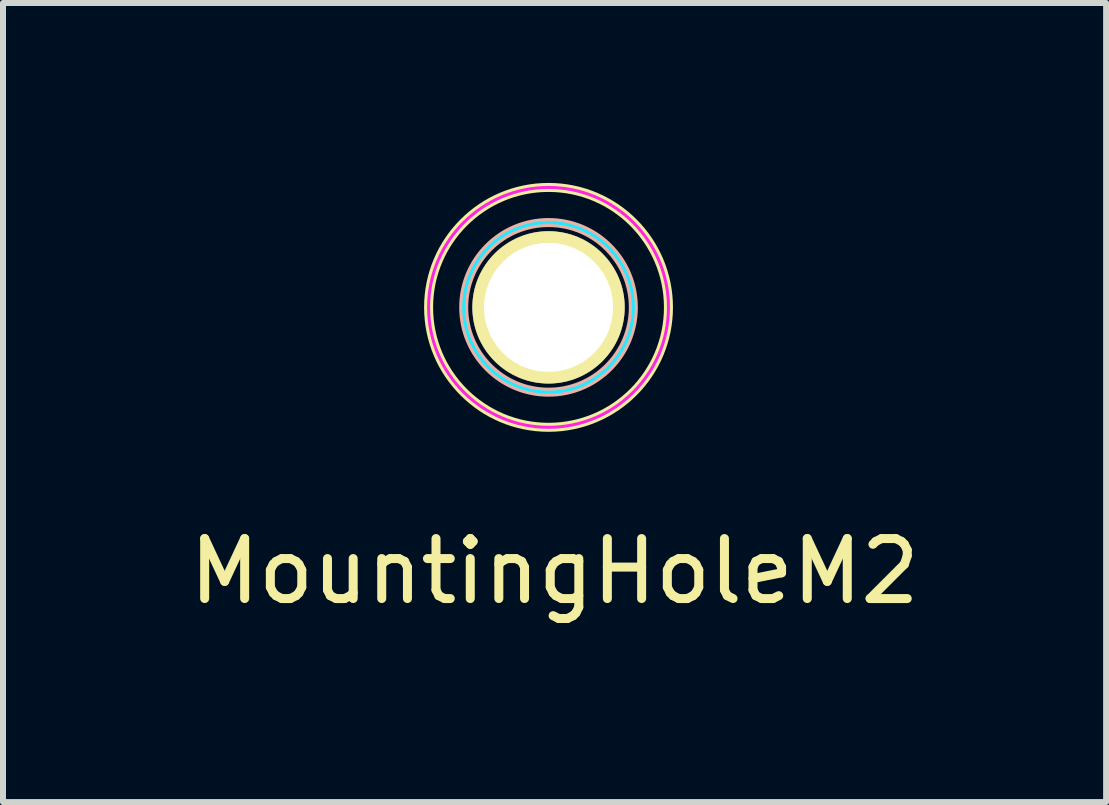
<source format=kicad_pcb>
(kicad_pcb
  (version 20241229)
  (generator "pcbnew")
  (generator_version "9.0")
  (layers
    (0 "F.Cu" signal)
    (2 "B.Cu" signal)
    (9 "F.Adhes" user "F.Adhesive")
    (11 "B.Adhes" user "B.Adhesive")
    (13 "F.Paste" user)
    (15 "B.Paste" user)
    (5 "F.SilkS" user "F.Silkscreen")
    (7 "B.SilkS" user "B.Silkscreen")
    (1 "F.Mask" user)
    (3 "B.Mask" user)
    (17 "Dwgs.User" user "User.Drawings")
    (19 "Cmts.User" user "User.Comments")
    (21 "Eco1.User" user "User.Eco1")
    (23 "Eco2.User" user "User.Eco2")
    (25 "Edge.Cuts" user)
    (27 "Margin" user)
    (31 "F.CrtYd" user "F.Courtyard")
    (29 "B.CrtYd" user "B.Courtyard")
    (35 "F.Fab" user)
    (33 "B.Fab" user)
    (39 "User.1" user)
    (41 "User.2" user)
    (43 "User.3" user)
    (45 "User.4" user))
  (footprint "MountingHoleM2"
    (layer "F.Cu")
    (at 6.096 2.075)
    (property "Reference" "MountingHoleM2" (at 0.1 4.4 0) (layer "F.SilkS") (effects (font (size 1 1) (thickness 0.15))))
    (attr through_hole)
    (fp_circle (center 0 0) (end -1.414 -1.414) (stroke (width 0.15) (type solid)) (fill no) (layer "F.SilkS"))
    (fp_circle (center 0 0) (end -1 -1) (stroke (width 0.15) (type solid)) (fill no) (layer "B.SilkS"))
    (fp_circle (center 0 0) (end -1 -1) (stroke (width 0.05) (type solid)) (fill no) (layer "B.CrtYd"))
    (fp_circle (center 0 0) (end -1.414 -1.414) (stroke (width 0.05) (type solid)) (fill no) (layer "F.CrtYd"))
    (pad "MNT" thru_hole circle (at 0 0) (size 2.54 2.54) (drill 2.15) (layers "*.Cu" "*.Mask" "F.SilkS")))
  (gr_rect
    (start -3 -3)
    (end 15.393 10.323)
    (stroke (width 0.1) (type default))
    (fill no)
    (layer "Edge.Cuts")))
</source>
